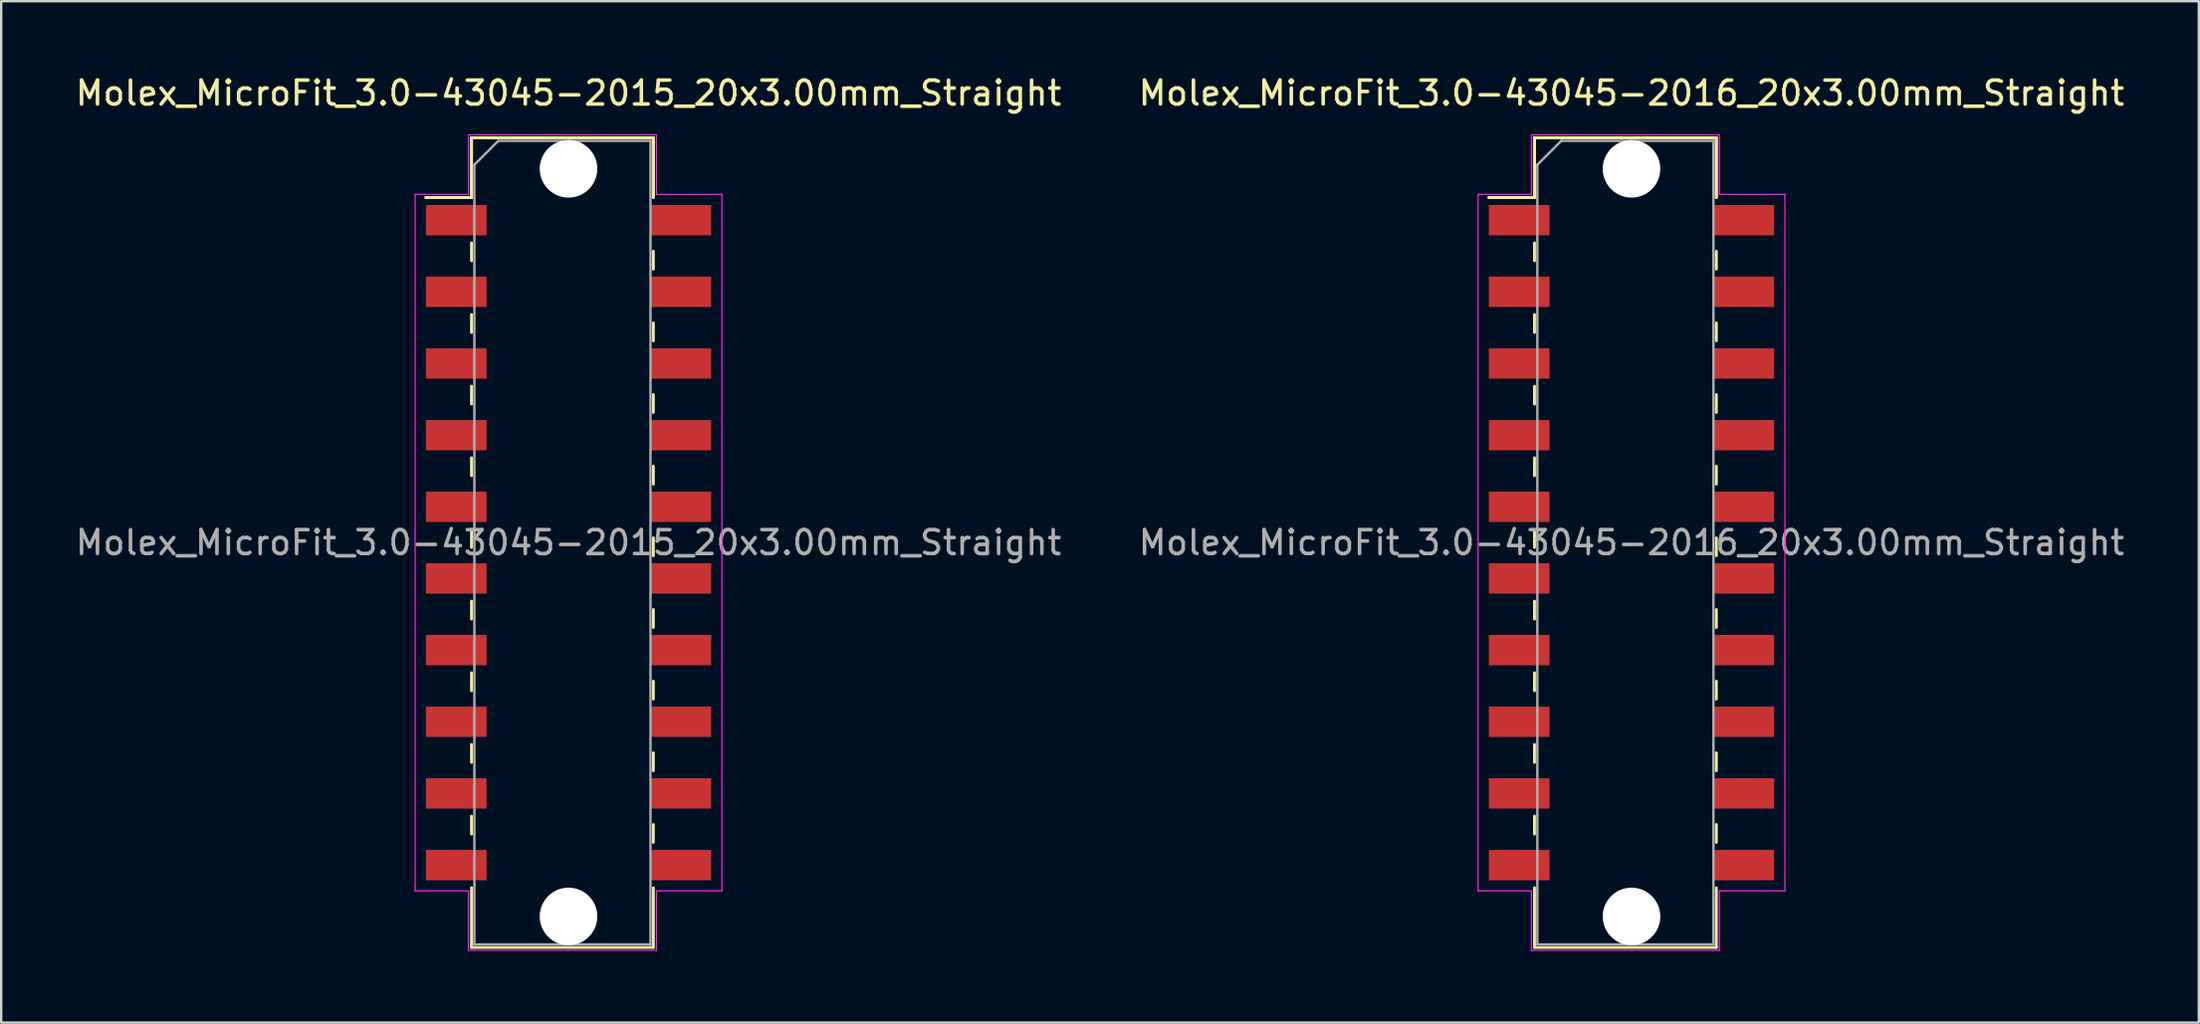
<source format=kicad_pcb>
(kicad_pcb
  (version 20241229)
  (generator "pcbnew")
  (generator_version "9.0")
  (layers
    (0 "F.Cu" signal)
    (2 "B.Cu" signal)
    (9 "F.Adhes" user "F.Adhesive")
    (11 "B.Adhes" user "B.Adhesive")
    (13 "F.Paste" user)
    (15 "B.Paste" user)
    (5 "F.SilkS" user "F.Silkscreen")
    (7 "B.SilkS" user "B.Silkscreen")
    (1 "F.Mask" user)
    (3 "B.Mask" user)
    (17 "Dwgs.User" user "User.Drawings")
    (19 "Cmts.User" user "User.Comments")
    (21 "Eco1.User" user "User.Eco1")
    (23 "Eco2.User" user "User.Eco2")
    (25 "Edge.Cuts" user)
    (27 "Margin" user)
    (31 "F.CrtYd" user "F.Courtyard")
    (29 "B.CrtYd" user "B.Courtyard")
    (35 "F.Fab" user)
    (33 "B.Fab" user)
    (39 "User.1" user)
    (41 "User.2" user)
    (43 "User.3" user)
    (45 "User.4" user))
  (footprint "Molex_MicroFit_3.0-43045-2015_20x3.00mm_Straight"
    (layer "F.Cu")
    (at 20.744 19.668)
    (property "Reference" "Molex_MicroFit_3.0-43045-2015_20x3.00mm_Straight" (at 0 -18.82 0) (layer "F.SilkS") (effects (font (size 1 1) (thickness 0.15))))
    (attr smd)
    (fp_line (start -5.97 -14.45) (end -4.06 -14.45) (stroke (width 0.12) (type solid)) (layer "F.SilkS"))
    (fp_line (start -5.97 -14.45) (end -4.06 -14.45) (stroke (width 0.12) (type solid)) (layer "F.SilkS"))
    (fp_line (start -4.06 -16.95) (end 3.55 -16.95) (stroke (width 0.12) (type solid)) (layer "F.SilkS"))
    (fp_line (start -4.06 -16.95) (end 3.55 -16.95) (stroke (width 0.12) (type solid)) (layer "F.SilkS"))
    (fp_line (start -4.06 -14.45) (end -4.06 -16.95) (stroke (width 0.12) (type solid)) (layer "F.SilkS"))
    (fp_line (start -4.06 -14.45) (end -4.06 -16.95) (stroke (width 0.12) (type solid)) (layer "F.SilkS"))
    (fp_line (start -4.06 -12.55) (end -4.06 -11.8) (stroke (width 0.12) (type solid)) (layer "F.SilkS"))
    (fp_line (start -4.06 -9.55) (end -4.06 -8.8) (stroke (width 0.12) (type solid)) (layer "F.SilkS"))
    (fp_line (start -4.06 -6.55) (end -4.06 -5.8) (stroke (width 0.12) (type solid)) (layer "F.SilkS"))
    (fp_line (start -4.06 -3.55) (end -4.06 -2.8) (stroke (width 0.12) (type solid)) (layer "F.SilkS"))
    (fp_line (start -4.06 -0.55) (end -4.06 0.2) (stroke (width 0.12) (type solid)) (layer "F.SilkS"))
    (fp_line (start -4.06 2.45) (end -4.06 3.2) (stroke (width 0.12) (type solid)) (layer "F.SilkS"))
    (fp_line (start -4.06 5.45) (end -4.06 6.2) (stroke (width 0.12) (type solid)) (layer "F.SilkS"))
    (fp_line (start -4.06 8.45) (end -4.06 9.2) (stroke (width 0.12) (type solid)) (layer "F.SilkS"))
    (fp_line (start -4.06 11.45) (end -4.06 12.2) (stroke (width 0.12) (type solid)) (layer "F.SilkS"))
    (fp_line (start -4.06 16.95) (end -4.06 14.45) (stroke (width 0.12) (type solid)) (layer "F.SilkS"))
    (fp_line (start 3.55 -16.95) (end 3.55 -14.45) (stroke (width 0.12) (type solid)) (layer "F.SilkS"))
    (fp_line (start 3.55 -16.95) (end 3.55 -14.45) (stroke (width 0.12) (type solid)) (layer "F.SilkS"))
    (fp_line (start 3.55 -11.45) (end 3.55 -12.2) (stroke (width 0.12) (type solid)) (layer "F.SilkS"))
    (fp_line (start 3.55 -8.45) (end 3.55 -9.2) (stroke (width 0.12) (type solid)) (layer "F.SilkS"))
    (fp_line (start 3.55 -5.45) (end 3.55 -6.2) (stroke (width 0.12) (type solid)) (layer "F.SilkS"))
    (fp_line (start 3.55 -2.45) (end 3.55 -3.2) (stroke (width 0.12) (type solid)) (layer "F.SilkS"))
    (fp_line (start 3.55 0.55) (end 3.55 -0.2) (stroke (width 0.12) (type solid)) (layer "F.SilkS"))
    (fp_line (start 3.55 3.55) (end 3.55 2.8) (stroke (width 0.12) (type solid)) (layer "F.SilkS"))
    (fp_line (start 3.55 6.55) (end 3.55 5.8) (stroke (width 0.12) (type solid)) (layer "F.SilkS"))
    (fp_line (start 3.55 9.55) (end 3.55 8.8) (stroke (width 0.12) (type solid)) (layer "F.SilkS"))
    (fp_line (start 3.55 12.55) (end 3.55 11.8) (stroke (width 0.12) (type solid)) (layer "F.SilkS"))
    (fp_line (start 3.55 14.45) (end 3.55 16.95) (stroke (width 0.12) (type solid)) (layer "F.SilkS"))
    (fp_line (start 3.55 16.95) (end -4.06 16.95) (stroke (width 0.12) (type solid)) (layer "F.SilkS"))
    (fp_line (start -6.42 -14.58) (end -4.19 -14.58) (stroke (width 0.05) (type solid)) (layer "F.CrtYd"))
    (fp_line (start -6.42 14.58) (end -6.42 -14.58) (stroke (width 0.05) (type solid)) (layer "F.CrtYd"))
    (fp_line (start -4.19 -17.07) (end 0 -17.07) (stroke (width 0.05) (type solid)) (layer "F.CrtYd"))
    (fp_line (start -4.19 -14.58) (end -4.19 -17.07) (stroke (width 0.05) (type solid)) (layer "F.CrtYd"))
    (fp_line (start -4.19 14.58) (end -6.42 14.58) (stroke (width 0.05) (type solid)) (layer "F.CrtYd"))
    (fp_line (start -4.19 17.07) (end -4.19 14.58) (stroke (width 0.05) (type solid)) (layer "F.CrtYd"))
    (fp_line (start 0 -17.07) (end 3.68 -17.07) (stroke (width 0.05) (type solid)) (layer "F.CrtYd"))
    (fp_line (start 0 17.07) (end -4.19 17.07) (stroke (width 0.05) (type solid)) (layer "F.CrtYd"))
    (fp_line (start 3.68 -17.07) (end 3.68 -14.58) (stroke (width 0.05) (type solid)) (layer "F.CrtYd"))
    (fp_line (start 3.68 -14.58) (end 6.42 -14.58) (stroke (width 0.05) (type solid)) (layer "F.CrtYd"))
    (fp_line (start 3.68 14.58) (end 3.68 17.07) (stroke (width 0.05) (type solid)) (layer "F.CrtYd"))
    (fp_line (start 3.68 17.07) (end 0 17.07) (stroke (width 0.05) (type solid)) (layer "F.CrtYd"))
    (fp_line (start 6.42 -14.58) (end 6.42 14.58) (stroke (width 0.05) (type solid)) (layer "F.CrtYd"))
    (fp_line (start 6.42 14.58) (end 3.68 14.58) (stroke (width 0.05) (type solid)) (layer "F.CrtYd"))
    (fp_line (start -3.94 -15.82) (end -2.94 -16.82) (stroke (width 0.1) (type solid)) (layer "F.Fab"))
    (fp_line (start -3.94 16.82) (end -3.94 -15.82) (stroke (width 0.1) (type solid)) (layer "F.Fab"))
    (fp_line (start -2.94 -16.82) (end 0 -16.82) (stroke (width 0.1) (type solid)) (layer "F.Fab"))
    (fp_line (start 0 -16.82) (end 3.43 -16.82) (stroke (width 0.1) (type solid)) (layer "F.Fab"))
    (fp_line (start 0 16.82) (end -3.94 16.82) (stroke (width 0.1) (type solid)) (layer "F.Fab"))
    (fp_line (start 3.43 -16.82) (end 3.43 16.82) (stroke (width 0.1) (type solid)) (layer "F.Fab"))
    (fp_line (start 3.43 16.82) (end 0 16.82) (stroke (width 0.1) (type solid)) (layer "F.Fab"))
    (fp_text user "${REFERENCE}" (at 0 0 0) (layer "F.Fab") (effects (font (size 1 1) (thickness 0.15))))
    (pad "" np_thru_hole circle (at 0 -15.65) (size 2.41 2.41) (drill 2.41) (layers "*.Cu"))
    (pad "" np_thru_hole circle (at 0 15.65) (size 2.41 2.41) (drill 2.41) (layers "*.Cu"))
    (pad "1" smd rect (at -4.7 -13.5) (size 2.54 1.27) (layers "F.Cu" "F.Mask" "F.Paste"))
    (pad "2" smd rect (at -4.7 -10.5) (size 2.54 1.27) (layers "F.Cu" "F.Mask" "F.Paste"))
    (pad "3" smd rect (at -4.7 -7.5) (size 2.54 1.27) (layers "F.Cu" "F.Mask" "F.Paste"))
    (pad "4" smd rect (at -4.7 -4.5) (size 2.54 1.27) (layers "F.Cu" "F.Mask" "F.Paste"))
    (pad "5" smd rect (at -4.7 -1.5) (size 2.54 1.27) (layers "F.Cu" "F.Mask" "F.Paste"))
    (pad "6" smd rect (at -4.7 1.5) (size 2.54 1.27) (layers "F.Cu" "F.Mask" "F.Paste"))
    (pad "7" smd rect (at -4.7 4.5) (size 2.54 1.27) (layers "F.Cu" "F.Mask" "F.Paste"))
    (pad "8" smd rect (at -4.7 7.5) (size 2.54 1.27) (layers "F.Cu" "F.Mask" "F.Paste"))
    (pad "9" smd rect (at -4.7 10.5) (size 2.54 1.27) (layers "F.Cu" "F.Mask" "F.Paste"))
    (pad "10" smd rect (at -4.7 13.5) (size 2.54 1.27) (layers "F.Cu" "F.Mask" "F.Paste"))
    (pad "11" smd rect (at 4.7 13.5) (size 2.54 1.27) (layers "F.Cu" "F.Mask" "F.Paste"))
    (pad "12" smd rect (at 4.7 10.5) (size 2.54 1.27) (layers "F.Cu" "F.Mask" "F.Paste"))
    (pad "13" smd rect (at 4.7 7.5) (size 2.54 1.27) (layers "F.Cu" "F.Mask" "F.Paste"))
    (pad "14" smd rect (at 4.7 4.5) (size 2.54 1.27) (layers "F.Cu" "F.Mask" "F.Paste"))
    (pad "15" smd rect (at 4.7 1.5) (size 2.54 1.27) (layers "F.Cu" "F.Mask" "F.Paste"))
    (pad "16" smd rect (at 4.7 -1.5) (size 2.54 1.27) (layers "F.Cu" "F.Mask" "F.Paste"))
    (pad "17" smd rect (at 4.7 -4.5) (size 2.54 1.27) (layers "F.Cu" "F.Mask" "F.Paste"))
    (pad "18" smd rect (at 4.7 -7.5) (size 2.54 1.27) (layers "F.Cu" "F.Mask" "F.Paste"))
    (pad "19" smd rect (at 4.7 -10.5) (size 2.54 1.27) (layers "F.Cu" "F.Mask" "F.Paste"))
    (pad "20" smd rect (at 4.7 -13.5) (size 2.54 1.27) (layers "F.Cu" "F.Mask" "F.Paste")))
  (footprint "Molex_MicroFit_3.0-43045-2016_20x3.00mm_Straight"
    (layer "F.Cu")
    (at 65.232 19.668)
    (property "Reference" "Molex_MicroFit_3.0-43045-2016_20x3.00mm_Straight" (at 0 -18.82 0) (layer "F.SilkS") (effects (font (size 1 1) (thickness 0.15))))
    (attr smd)
    (fp_line (start -5.97 -14.45) (end -4.06 -14.45) (stroke (width 0.12) (type solid)) (layer "F.SilkS"))
    (fp_line (start -5.97 -14.45) (end -4.06 -14.45) (stroke (width 0.12) (type solid)) (layer "F.SilkS"))
    (fp_line (start -4.06 -16.95) (end 3.55 -16.95) (stroke (width 0.12) (type solid)) (layer "F.SilkS"))
    (fp_line (start -4.06 -16.95) (end 3.55 -16.95) (stroke (width 0.12) (type solid)) (layer "F.SilkS"))
    (fp_line (start -4.06 -14.45) (end -4.06 -16.95) (stroke (width 0.12) (type solid)) (layer "F.SilkS"))
    (fp_line (start -4.06 -14.45) (end -4.06 -16.95) (stroke (width 0.12) (type solid)) (layer "F.SilkS"))
    (fp_line (start -4.06 -12.55) (end -4.06 -11.8) (stroke (width 0.12) (type solid)) (layer "F.SilkS"))
    (fp_line (start -4.06 -9.55) (end -4.06 -8.8) (stroke (width 0.12) (type solid)) (layer "F.SilkS"))
    (fp_line (start -4.06 -6.55) (end -4.06 -5.8) (stroke (width 0.12) (type solid)) (layer "F.SilkS"))
    (fp_line (start -4.06 -3.55) (end -4.06 -2.8) (stroke (width 0.12) (type solid)) (layer "F.SilkS"))
    (fp_line (start -4.06 -0.55) (end -4.06 0.2) (stroke (width 0.12) (type solid)) (layer "F.SilkS"))
    (fp_line (start -4.06 2.45) (end -4.06 3.2) (stroke (width 0.12) (type solid)) (layer "F.SilkS"))
    (fp_line (start -4.06 5.45) (end -4.06 6.2) (stroke (width 0.12) (type solid)) (layer "F.SilkS"))
    (fp_line (start -4.06 8.45) (end -4.06 9.2) (stroke (width 0.12) (type solid)) (layer "F.SilkS"))
    (fp_line (start -4.06 11.45) (end -4.06 12.2) (stroke (width 0.12) (type solid)) (layer "F.SilkS"))
    (fp_line (start -4.06 16.95) (end -4.06 14.45) (stroke (width 0.12) (type solid)) (layer "F.SilkS"))
    (fp_line (start 3.55 -16.95) (end 3.55 -14.45) (stroke (width 0.12) (type solid)) (layer "F.SilkS"))
    (fp_line (start 3.55 -16.95) (end 3.55 -14.45) (stroke (width 0.12) (type solid)) (layer "F.SilkS"))
    (fp_line (start 3.55 -11.45) (end 3.55 -12.2) (stroke (width 0.12) (type solid)) (layer "F.SilkS"))
    (fp_line (start 3.55 -8.45) (end 3.55 -9.2) (stroke (width 0.12) (type solid)) (layer "F.SilkS"))
    (fp_line (start 3.55 -5.45) (end 3.55 -6.2) (stroke (width 0.12) (type solid)) (layer "F.SilkS"))
    (fp_line (start 3.55 -2.45) (end 3.55 -3.2) (stroke (width 0.12) (type solid)) (layer "F.SilkS"))
    (fp_line (start 3.55 0.55) (end 3.55 -0.2) (stroke (width 0.12) (type solid)) (layer "F.SilkS"))
    (fp_line (start 3.55 3.55) (end 3.55 2.8) (stroke (width 0.12) (type solid)) (layer "F.SilkS"))
    (fp_line (start 3.55 6.55) (end 3.55 5.8) (stroke (width 0.12) (type solid)) (layer "F.SilkS"))
    (fp_line (start 3.55 9.55) (end 3.55 8.8) (stroke (width 0.12) (type solid)) (layer "F.SilkS"))
    (fp_line (start 3.55 12.55) (end 3.55 11.8) (stroke (width 0.12) (type solid)) (layer "F.SilkS"))
    (fp_line (start 3.55 14.45) (end 3.55 16.95) (stroke (width 0.12) (type solid)) (layer "F.SilkS"))
    (fp_line (start 3.55 16.95) (end -4.06 16.95) (stroke (width 0.12) (type solid)) (layer "F.SilkS"))
    (fp_line (start -6.42 -14.58) (end -4.19 -14.58) (stroke (width 0.05) (type solid)) (layer "F.CrtYd"))
    (fp_line (start -6.42 14.58) (end -6.42 -14.58) (stroke (width 0.05) (type solid)) (layer "F.CrtYd"))
    (fp_line (start -4.19 -17.07) (end 0 -17.07) (stroke (width 0.05) (type solid)) (layer "F.CrtYd"))
    (fp_line (start -4.19 -14.58) (end -4.19 -17.07) (stroke (width 0.05) (type solid)) (layer "F.CrtYd"))
    (fp_line (start -4.19 14.58) (end -6.42 14.58) (stroke (width 0.05) (type solid)) (layer "F.CrtYd"))
    (fp_line (start -4.19 17.07) (end -4.19 14.58) (stroke (width 0.05) (type solid)) (layer "F.CrtYd"))
    (fp_line (start 0 -17.07) (end 3.68 -17.07) (stroke (width 0.05) (type solid)) (layer "F.CrtYd"))
    (fp_line (start 0 17.07) (end -4.19 17.07) (stroke (width 0.05) (type solid)) (layer "F.CrtYd"))
    (fp_line (start 3.68 -17.07) (end 3.68 -14.58) (stroke (width 0.05) (type solid)) (layer "F.CrtYd"))
    (fp_line (start 3.68 -14.58) (end 6.42 -14.58) (stroke (width 0.05) (type solid)) (layer "F.CrtYd"))
    (fp_line (start 3.68 14.58) (end 3.68 17.07) (stroke (width 0.05) (type solid)) (layer "F.CrtYd"))
    (fp_line (start 3.68 17.07) (end 0 17.07) (stroke (width 0.05) (type solid)) (layer "F.CrtYd"))
    (fp_line (start 6.42 -14.58) (end 6.42 14.58) (stroke (width 0.05) (type solid)) (layer "F.CrtYd"))
    (fp_line (start 6.42 14.58) (end 3.68 14.58) (stroke (width 0.05) (type solid)) (layer "F.CrtYd"))
    (fp_line (start -3.94 -15.82) (end -2.94 -16.82) (stroke (width 0.1) (type solid)) (layer "F.Fab"))
    (fp_line (start -3.94 16.82) (end -3.94 -15.82) (stroke (width 0.1) (type solid)) (layer "F.Fab"))
    (fp_line (start -2.94 -16.82) (end 0 -16.82) (stroke (width 0.1) (type solid)) (layer "F.Fab"))
    (fp_line (start 0 -16.82) (end 3.43 -16.82) (stroke (width 0.1) (type solid)) (layer "F.Fab"))
    (fp_line (start 0 16.82) (end -3.94 16.82) (stroke (width 0.1) (type solid)) (layer "F.Fab"))
    (fp_line (start 3.43 -16.82) (end 3.43 16.82) (stroke (width 0.1) (type solid)) (layer "F.Fab"))
    (fp_line (start 3.43 16.82) (end 0 16.82) (stroke (width 0.1) (type solid)) (layer "F.Fab"))
    (fp_text user "${REFERENCE}" (at 0 0 0) (layer "F.Fab") (effects (font (size 1 1) (thickness 0.15))))
    (pad "" np_thru_hole circle (at 0 -15.65) (size 2.41 2.41) (drill 2.41) (layers "*.Cu"))
    (pad "" np_thru_hole circle (at 0 15.65) (size 2.41 2.41) (drill 2.41) (layers "*.Cu"))
    (pad "1" smd rect (at -4.7 -13.5) (size 2.54 1.27) (layers "F.Cu" "F.Mask" "F.Paste"))
    (pad "2" smd rect (at -4.7 -10.5) (size 2.54 1.27) (layers "F.Cu" "F.Mask" "F.Paste"))
    (pad "3" smd rect (at -4.7 -7.5) (size 2.54 1.27) (layers "F.Cu" "F.Mask" "F.Paste"))
    (pad "4" smd rect (at -4.7 -4.5) (size 2.54 1.27) (layers "F.Cu" "F.Mask" "F.Paste"))
    (pad "5" smd rect (at -4.7 -1.5) (size 2.54 1.27) (layers "F.Cu" "F.Mask" "F.Paste"))
    (pad "6" smd rect (at -4.7 1.5) (size 2.54 1.27) (layers "F.Cu" "F.Mask" "F.Paste"))
    (pad "7" smd rect (at -4.7 4.5) (size 2.54 1.27) (layers "F.Cu" "F.Mask" "F.Paste"))
    (pad "8" smd rect (at -4.7 7.5) (size 2.54 1.27) (layers "F.Cu" "F.Mask" "F.Paste"))
    (pad "9" smd rect (at -4.7 10.5) (size 2.54 1.27) (layers "F.Cu" "F.Mask" "F.Paste"))
    (pad "10" smd rect (at -4.7 13.5) (size 2.54 1.27) (layers "F.Cu" "F.Mask" "F.Paste"))
    (pad "11" smd rect (at 4.7 13.5) (size 2.54 1.27) (layers "F.Cu" "F.Mask" "F.Paste"))
    (pad "12" smd rect (at 4.7 10.5) (size 2.54 1.27) (layers "F.Cu" "F.Mask" "F.Paste"))
    (pad "13" smd rect (at 4.7 7.5) (size 2.54 1.27) (layers "F.Cu" "F.Mask" "F.Paste"))
    (pad "14" smd rect (at 4.7 4.5) (size 2.54 1.27) (layers "F.Cu" "F.Mask" "F.Paste"))
    (pad "15" smd rect (at 4.7 1.5) (size 2.54 1.27) (layers "F.Cu" "F.Mask" "F.Paste"))
    (pad "16" smd rect (at 4.7 -1.5) (size 2.54 1.27) (layers "F.Cu" "F.Mask" "F.Paste"))
    (pad "17" smd rect (at 4.7 -4.5) (size 2.54 1.27) (layers "F.Cu" "F.Mask" "F.Paste"))
    (pad "18" smd rect (at 4.7 -7.5) (size 2.54 1.27) (layers "F.Cu" "F.Mask" "F.Paste"))
    (pad "19" smd rect (at 4.7 -10.5) (size 2.54 1.27) (layers "F.Cu" "F.Mask" "F.Paste"))
    (pad "20" smd rect (at 4.7 -13.5) (size 2.54 1.27) (layers "F.Cu" "F.Mask" "F.Paste")))
  (gr_rect
    (start -3 -3)
    (end 88.976 39.763)
    (stroke (width 0.1) (type default))
    (fill no)
    (layer "Edge.Cuts")))
</source>
